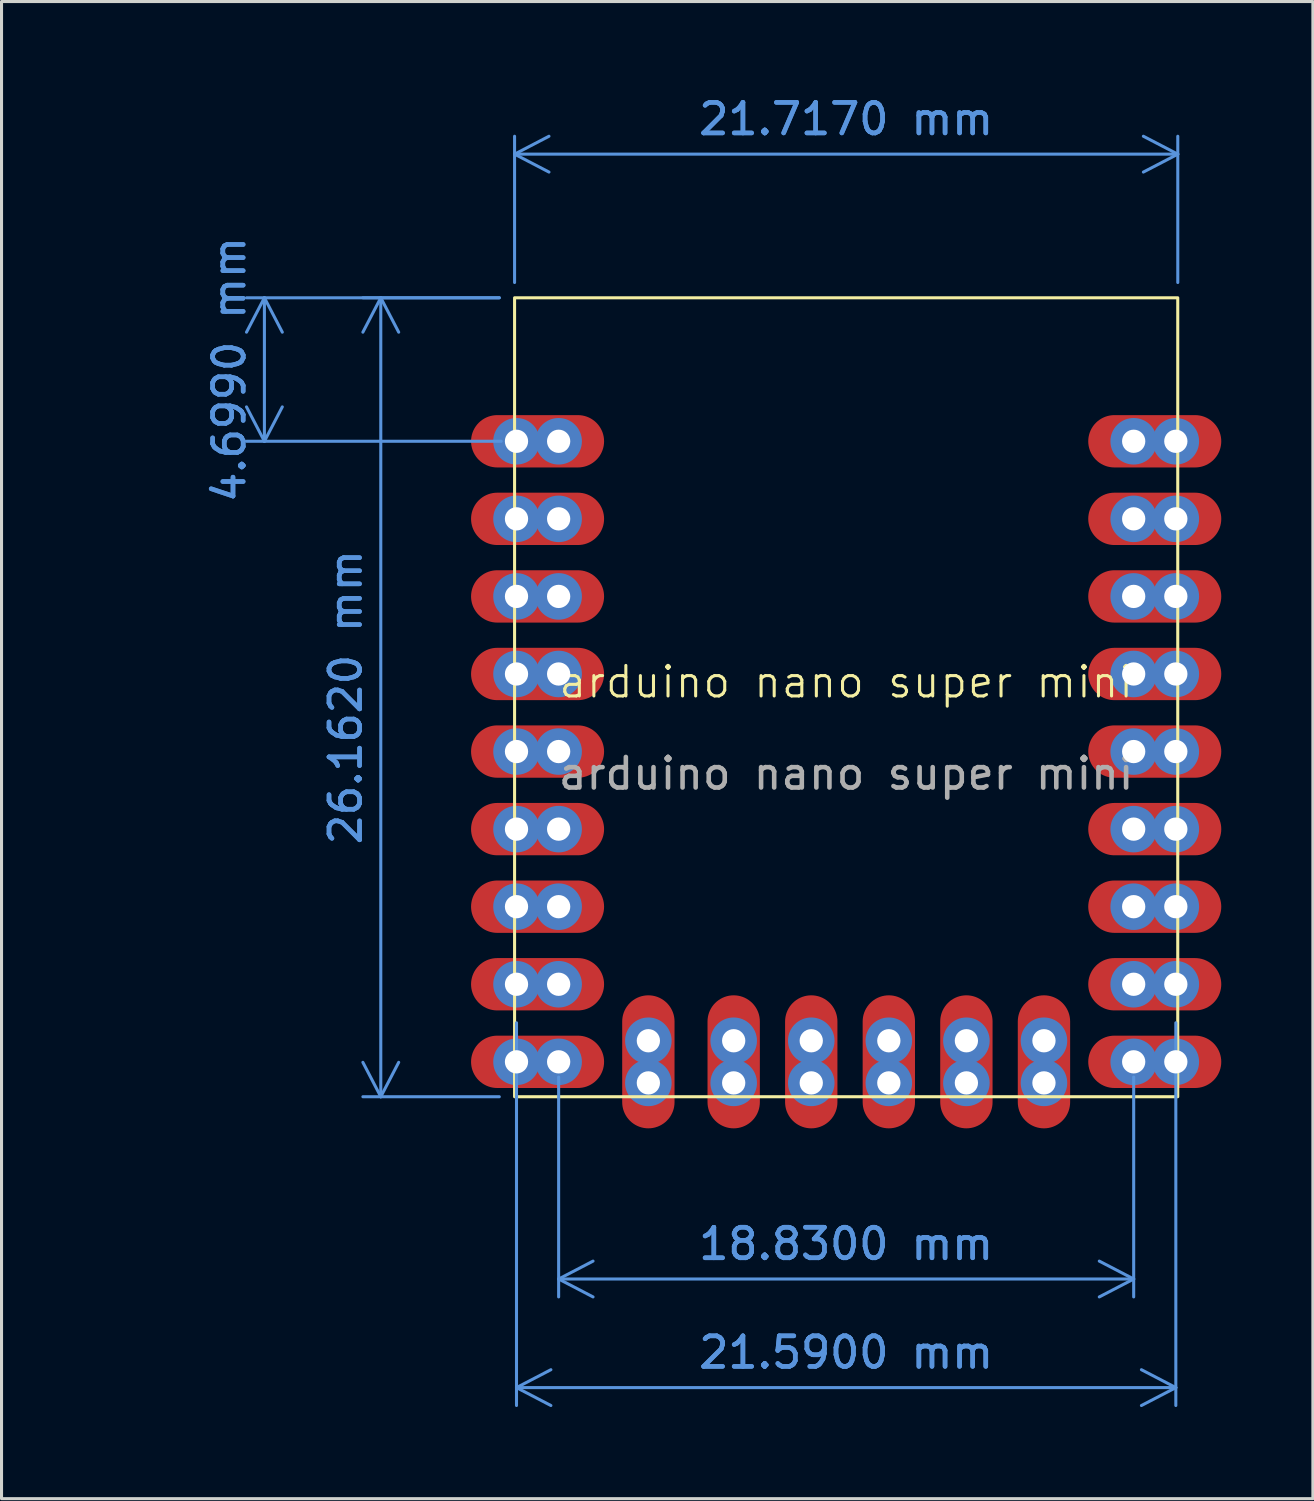
<source format=kicad_pcb>
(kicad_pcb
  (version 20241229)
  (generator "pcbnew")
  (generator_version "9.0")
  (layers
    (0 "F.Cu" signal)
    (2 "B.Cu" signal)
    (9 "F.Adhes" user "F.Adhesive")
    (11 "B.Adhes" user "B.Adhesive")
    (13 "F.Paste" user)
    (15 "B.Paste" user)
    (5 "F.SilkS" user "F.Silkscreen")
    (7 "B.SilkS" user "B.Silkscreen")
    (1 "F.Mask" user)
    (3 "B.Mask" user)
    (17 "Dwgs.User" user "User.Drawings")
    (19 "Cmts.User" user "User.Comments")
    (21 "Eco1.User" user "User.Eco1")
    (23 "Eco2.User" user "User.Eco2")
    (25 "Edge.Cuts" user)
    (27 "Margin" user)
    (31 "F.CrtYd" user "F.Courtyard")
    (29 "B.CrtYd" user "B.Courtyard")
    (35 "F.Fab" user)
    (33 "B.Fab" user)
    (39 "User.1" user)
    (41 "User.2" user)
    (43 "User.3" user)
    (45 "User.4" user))
  (footprint "arduino nano super mini"
    (layer "F.Cu")
    (at 24.658 19.782)
    (property "Reference" "arduino nano super mini" (at 0 -0.5 0) (unlocked yes) (layer "F.SilkS") (effects (font (size 1 1) (thickness 0.1))))
    (fp_rect (start -10.858 -13.081) (end 10.858 13.081) (stroke (width 0.1) (type default)) (fill no) (layer "F.SilkS"))
    (fp_text user "${REFERENCE}" (at 0 2.5 0) (unlocked yes) (layer "F.Fab") (effects (font (size 1 1) (thickness 0.15))))
    (dimension (type aligned) (layer "Cmts.User") (pts (xy 13.863 29.942) (xy 35.453 29.942)) (height 12.446) (format (prefix "") (suffix "") (units 3) (units_format 1) (precision 4)) (style (thickness 0.1) (arrow_length 1.27) (text_position_mode 0) (arrow_direction outward) (extension_height 0.586) (extension_offset 0.5) (keep_text_aligned yes)) (gr_text "21.5900 mm" (at 24.658 41.238 0) (layer "Cmts.User") (effects (font (size 1 1) (thickness 0.15)))))
    (dimension (type aligned) (layer "Cmts.User") (pts (xy 13.8 6.701) (xy 13.8 32.863)) (height 4.381) (format (prefix "") (suffix "") (units 3) (units_format 1) (precision 4)) (style (thickness 0.1) (arrow_length 1.27) (text_position_mode 0) (arrow_direction outward) (extension_height 0.586) (extension_offset 0.5) (keep_text_aligned yes)) (gr_text "26.1620 mm" (at 8.268 19.782 90) (layer "Cmts.User") (effects (font (size 1 1) (thickness 0.15)))))
    (dimension (type aligned) (layer "Cmts.User") (pts (xy 13.8 6.701) (xy 35.517 6.701)) (height -4.703) (format (prefix "") (suffix "") (units 3) (units_format 1) (precision 4)) (style (thickness 0.1) (arrow_length 1.27) (text_position_mode 0) (arrow_direction outward) (extension_height 0.586) (extension_offset 0.5) (keep_text_aligned yes)) (gr_text "21.7170 mm" (at 24.658 0.848 0) (layer "Cmts.User") (effects (font (size 1 1) (thickness 0.15)))))
    (dimension (type orthogonal) (layer "Cmts.User") (pts (xy 13.863 11.4) (xy 13.8 6.701)) (height -8.255) (orientation 1) (format (prefix "") (suffix "") (units 3) (units_format 1) (precision 4)) (style (thickness 0.1) (arrow_length 1.27) (text_position_mode 0) (arrow_direction outward) (extension_height 0.586) (extension_offset 0.5) (keep_text_aligned yes)) (gr_text "4.6990 mm" (at 4.458 9.051 90) (layer "Cmts.User") (effects (font (size 1 1) (thickness 0.15)))))
    (dimension (type orthogonal) (layer "Cmts.User") (pts (xy 15.243 31.72) (xy 34.073 31.72)) (height 7.112) (orientation 0) (format (prefix "") (suffix "") (units 3) (units_format 1) (precision 4)) (style (thickness 0.1) (arrow_length 1.27) (text_position_mode 0) (arrow_direction outward) (extension_height 0.586) (extension_offset 0.5) (keep_text_aligned yes)) (gr_text "18.8300 mm" (at 24.658 37.682 0) (layer "Cmts.User") (effects (font (size 1 1) (thickness 0.15)))))
    (pad "1" thru_hole circle (at -10.795 -8.382) (size 1.524 1.524) (drill 0.762) (layers "*.Cu" "*.Mask"))
    (pad "1" smd oval (at -10.105 -8.382) (size 4.356 1.714) (layers "F.Cu" "F.Mask" "F.Paste"))
    (pad "1" thru_hole circle (at -9.415 -8.382) (size 1.524 1.524) (drill 0.762) (layers "*.Cu" "*.Mask"))
    (pad "2" thru_hole circle (at -10.795 -5.842) (size 1.524 1.524) (drill 0.762) (layers "*.Cu" "*.Mask"))
    (pad "2" smd oval (at -10.105 -5.842) (size 4.356 1.714) (layers "F.Cu" "F.Mask" "F.Paste"))
    (pad "2" thru_hole circle (at -9.415 -5.842) (size 1.524 1.524) (drill 0.762) (layers "*.Cu" "*.Mask"))
    (pad "3" thru_hole circle (at -10.795 -3.302) (size 1.524 1.524) (drill 0.762) (layers "*.Cu" "*.Mask"))
    (pad "3" smd oval (at -10.105 -3.302) (size 4.356 1.714) (layers "F.Cu" "F.Mask" "F.Paste"))
    (pad "3" thru_hole circle (at -9.415 -3.302) (size 1.524 1.524) (drill 0.762) (layers "*.Cu" "*.Mask"))
    (pad "4" thru_hole circle (at -10.795 -0.762) (size 1.524 1.524) (drill 0.762) (layers "*.Cu" "*.Mask"))
    (pad "4" smd oval (at -10.105 -0.762) (size 4.356 1.714) (layers "F.Cu" "F.Mask" "F.Paste"))
    (pad "4" thru_hole circle (at -9.415 -0.762) (size 1.524 1.524) (drill 0.762) (layers "*.Cu" "*.Mask"))
    (pad "5" thru_hole circle (at -10.795 1.778) (size 1.524 1.524) (drill 0.762) (layers "*.Cu" "*.Mask"))
    (pad "5" smd oval (at -10.105 1.778) (size 4.356 1.714) (layers "F.Cu" "F.Mask" "F.Paste"))
    (pad "5" thru_hole circle (at -9.415 1.778) (size 1.524 1.524) (drill 0.762) (layers "*.Cu" "*.Mask"))
    (pad "6" thru_hole circle (at -10.795 4.318) (size 1.524 1.524) (drill 0.762) (layers "*.Cu" "*.Mask"))
    (pad "6" smd oval (at -10.105 4.318) (size 4.356 1.714) (layers "F.Cu" "F.Mask" "F.Paste"))
    (pad "6" thru_hole circle (at -9.415 4.318) (size 1.524 1.524) (drill 0.762) (layers "*.Cu" "*.Mask"))
    (pad "7" thru_hole circle (at -10.795 6.858) (size 1.524 1.524) (drill 0.762) (layers "*.Cu" "*.Mask"))
    (pad "7" smd oval (at -10.105 6.858) (size 4.356 1.714) (layers "F.Cu" "F.Mask" "F.Paste"))
    (pad "7" thru_hole circle (at -9.415 6.858) (size 1.524 1.524) (drill 0.762) (layers "*.Cu" "*.Mask"))
    (pad "8" thru_hole circle (at -10.795 9.398) (size 1.524 1.524) (drill 0.762) (layers "*.Cu" "*.Mask"))
    (pad "8" smd oval (at -10.105 9.398) (size 4.356 1.714) (layers "F.Cu" "F.Mask" "F.Paste"))
    (pad "8" thru_hole circle (at -9.415 9.398) (size 1.524 1.524) (drill 0.762) (layers "*.Cu" "*.Mask"))
    (pad "9" thru_hole circle (at -10.795 11.938) (size 1.524 1.524) (drill 0.762) (layers "*.Cu" "*.Mask"))
    (pad "9" smd oval (at -10.105 11.938) (size 4.356 1.714) (layers "F.Cu" "F.Mask" "F.Paste"))
    (pad "9" thru_hole circle (at -9.415 11.938) (size 1.524 1.524) (drill 0.762) (layers "*.Cu" "*.Mask"))
    (pad "10" thru_hole circle (at 9.415 -8.382) (size 1.524 1.524) (drill 0.762) (layers "*.Cu" "*.Mask"))
    (pad "10" smd oval (at 10.105 -8.382) (size 4.356 1.714) (layers "F.Cu" "F.Mask" "F.Paste"))
    (pad "10" thru_hole circle (at 10.795 -8.382) (size 1.524 1.524) (drill 0.762) (layers "*.Cu" "*.Mask"))
    (pad "11" thru_hole circle (at 9.415 -5.842) (size 1.524 1.524) (drill 0.762) (layers "*.Cu" "*.Mask"))
    (pad "11" smd oval (at 10.105 -5.842) (size 4.356 1.714) (layers "F.Cu" "F.Mask" "F.Paste"))
    (pad "11" thru_hole circle (at 10.795 -5.842) (size 1.524 1.524) (drill 0.762) (layers "*.Cu" "*.Mask"))
    (pad "12" thru_hole circle (at 9.415 -3.302) (size 1.524 1.524) (drill 0.762) (layers "*.Cu" "*.Mask"))
    (pad "12" smd oval (at 10.105 -3.302) (size 4.356 1.714) (layers "F.Cu" "F.Mask" "F.Paste"))
    (pad "12" thru_hole circle (at 10.795 -3.302) (size 1.524 1.524) (drill 0.762) (layers "*.Cu" "*.Mask"))
    (pad "13" thru_hole circle (at 9.415 -0.762) (size 1.524 1.524) (drill 0.762) (layers "*.Cu" "*.Mask"))
    (pad "13" smd oval (at 10.105 -0.762) (size 4.356 1.714) (layers "F.Cu" "F.Mask" "F.Paste"))
    (pad "13" thru_hole circle (at 10.795 -0.762) (size 1.524 1.524) (drill 0.762) (layers "*.Cu" "*.Mask"))
    (pad "14" thru_hole circle (at 9.415 1.778) (size 1.524 1.524) (drill 0.762) (layers "*.Cu" "*.Mask"))
    (pad "14" smd oval (at 10.105 1.778) (size 4.356 1.714) (layers "F.Cu" "F.Mask" "F.Paste"))
    (pad "14" thru_hole circle (at 10.795 1.778) (size 1.524 1.524) (drill 0.762) (layers "*.Cu" "*.Mask"))
    (pad "15" thru_hole circle (at 9.415 4.318) (size 1.524 1.524) (drill 0.762) (layers "*.Cu" "*.Mask"))
    (pad "15" smd oval (at 10.105 4.318) (size 4.356 1.714) (layers "F.Cu" "F.Mask" "F.Paste"))
    (pad "15" thru_hole circle (at 10.795 4.318) (size 1.524 1.524) (drill 0.762) (layers "*.Cu" "*.Mask"))
    (pad "16" thru_hole circle (at 9.415 6.858) (size 1.524 1.524) (drill 0.762) (layers "*.Cu" "*.Mask"))
    (pad "16" smd oval (at 10.105 6.858) (size 4.356 1.714) (layers "F.Cu" "F.Mask" "F.Paste"))
    (pad "16" thru_hole circle (at 10.795 6.858) (size 1.524 1.524) (drill 0.762) (layers "*.Cu" "*.Mask"))
    (pad "17" thru_hole circle (at 9.415 9.398) (size 1.524 1.524) (drill 0.762) (layers "*.Cu" "*.Mask"))
    (pad "17" smd oval (at 10.105 9.398) (size 4.356 1.714) (layers "F.Cu" "F.Mask" "F.Paste"))
    (pad "17" thru_hole circle (at 10.795 9.398) (size 1.524 1.524) (drill 0.762) (layers "*.Cu" "*.Mask"))
    (pad "18" thru_hole circle (at 9.415 11.938) (size 1.524 1.524) (drill 0.762) (layers "*.Cu" "*.Mask"))
    (pad "18" smd oval (at 10.105 11.938) (size 4.356 1.714) (layers "F.Cu" "F.Mask" "F.Paste"))
    (pad "18" thru_hole circle (at 10.795 11.938) (size 1.524 1.524) (drill 0.762) (layers "*.Cu" "*.Mask"))
    (pad "19" thru_hole circle (at -6.477 11.248) (size 1.524 1.524) (drill 0.762) (layers "*.Cu" "*.Mask"))
    (pad "19" smd oval (at -6.477 11.938 90) (size 4.356 1.714) (layers "F.Cu" "F.Mask" "F.Paste"))
    (pad "19" thru_hole circle (at -6.477 12.628) (size 1.524 1.524) (drill 0.762) (layers "*.Cu" "*.Mask"))
    (pad "20" thru_hole circle (at -3.683 11.248) (size 1.524 1.524) (drill 0.762) (layers "*.Cu" "*.Mask"))
    (pad "20" smd oval (at -3.683 11.938 90) (size 4.356 1.714) (layers "F.Cu" "F.Mask" "F.Paste"))
    (pad "20" thru_hole circle (at -3.683 12.628) (size 1.524 1.524) (drill 0.762) (layers "*.Cu" "*.Mask"))
    (pad "21" thru_hole circle (at -1.143 11.248) (size 1.524 1.524) (drill 0.762) (layers "*.Cu" "*.Mask"))
    (pad "21" smd oval (at -1.143 11.938 90) (size 4.356 1.714) (layers "F.Cu" "F.Mask" "F.Paste"))
    (pad "21" thru_hole circle (at -1.143 12.628) (size 1.524 1.524) (drill 0.762) (layers "*.Cu" "*.Mask"))
    (pad "22" thru_hole circle (at 1.397 11.248) (size 1.524 1.524) (drill 0.762) (layers "*.Cu" "*.Mask"))
    (pad "22" smd oval (at 1.397 11.938 90) (size 4.356 1.714) (layers "F.Cu" "F.Mask" "F.Paste"))
    (pad "22" thru_hole circle (at 1.397 12.628) (size 1.524 1.524) (drill 0.762) (layers "*.Cu" "*.Mask"))
    (pad "23" thru_hole circle (at 3.937 11.248) (size 1.524 1.524) (drill 0.762) (layers "*.Cu" "*.Mask"))
    (pad "23" smd oval (at 3.937 11.938 90) (size 4.356 1.714) (layers "F.Cu" "F.Mask" "F.Paste"))
    (pad "23" thru_hole circle (at 3.937 12.628) (size 1.524 1.524) (drill 0.762) (layers "*.Cu" "*.Mask"))
    (pad "24" thru_hole circle (at 6.477 11.248) (size 1.524 1.524) (drill 0.762) (layers "*.Cu" "*.Mask"))
    (pad "24" smd oval (at 6.477 11.938 90) (size 4.356 1.714) (layers "F.Cu" "F.Mask" "F.Paste"))
    (pad "24" thru_hole circle (at 6.477 12.628) (size 1.524 1.524) (drill 0.762) (layers "*.Cu" "*.Mask")))
  (gr_rect
    (start -3 -3)
    (end 39.941 46.025)
    (stroke (width 0.1) (type default))
    (fill no)
    (layer "Edge.Cuts")))
</source>
